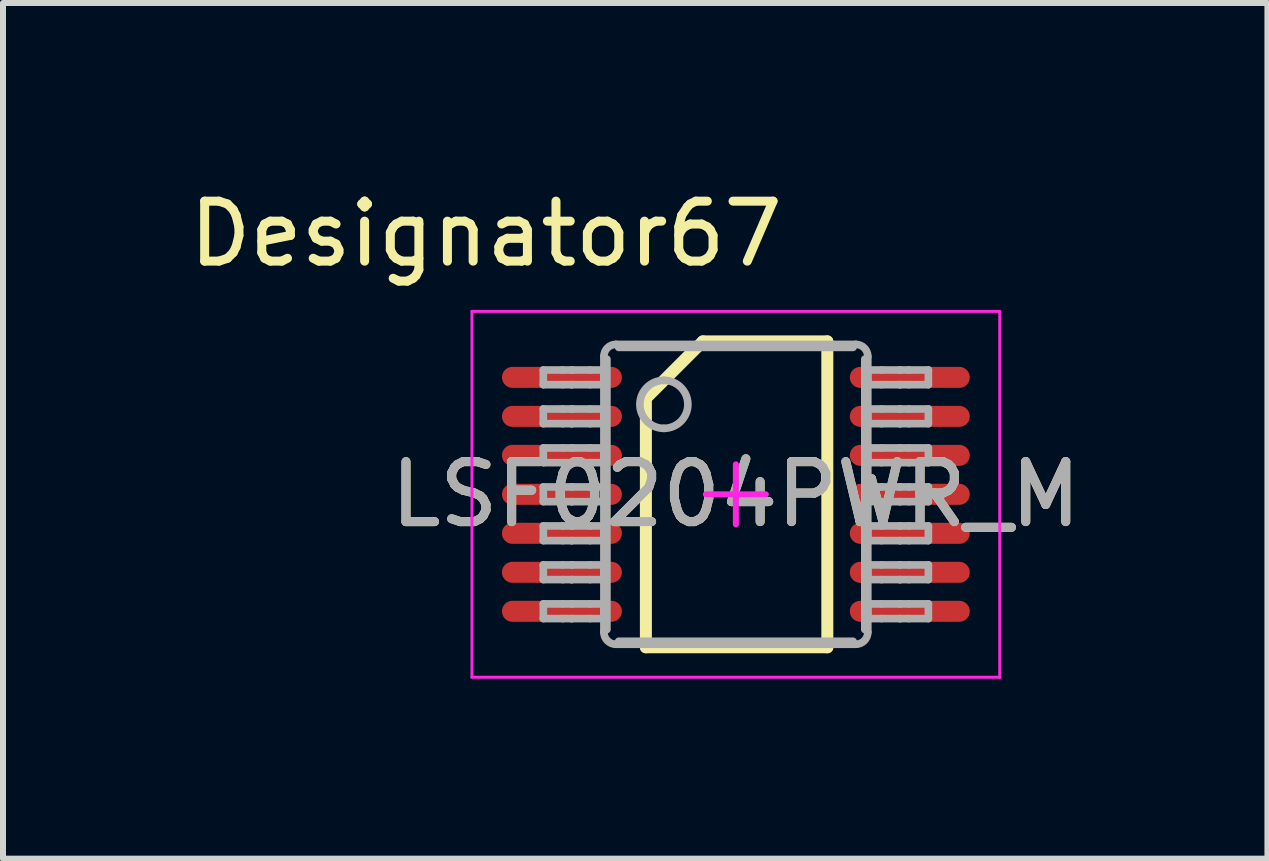
<source format=kicad_pcb>
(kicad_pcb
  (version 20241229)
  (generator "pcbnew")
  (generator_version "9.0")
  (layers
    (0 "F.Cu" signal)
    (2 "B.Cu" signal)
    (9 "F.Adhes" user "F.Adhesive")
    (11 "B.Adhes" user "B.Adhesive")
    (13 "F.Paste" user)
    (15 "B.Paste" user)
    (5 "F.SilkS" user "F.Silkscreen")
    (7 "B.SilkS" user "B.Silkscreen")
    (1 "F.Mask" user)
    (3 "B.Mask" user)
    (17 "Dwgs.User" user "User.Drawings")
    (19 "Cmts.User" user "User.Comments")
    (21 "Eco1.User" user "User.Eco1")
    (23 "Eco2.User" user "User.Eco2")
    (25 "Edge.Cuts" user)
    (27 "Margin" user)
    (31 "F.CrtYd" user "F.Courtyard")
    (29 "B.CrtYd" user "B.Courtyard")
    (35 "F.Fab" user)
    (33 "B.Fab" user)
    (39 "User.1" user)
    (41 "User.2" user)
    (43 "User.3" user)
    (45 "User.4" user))
  (footprint "LSF0204PWR_M"
    (layer "F.Cu")
    (at 9.219 5.192)
    (property "Reference" "LSF0204PWR_M" (at 0 0 0) (unlocked yes) (layer "F.SilkS") (effects (font (size 1 1) (thickness 0.15))))
    (attr smd)
    (fp_line (start -1.5 -1.6) (end -0.55 -2.55) (stroke (width 0.2) (type solid)) (layer "F.SilkS"))
    (fp_line (start -1.5 2.55) (end -1.5 -1.6) (stroke (width 0.2) (type solid)) (layer "F.SilkS"))
    (fp_line (start -1.5 2.55) (end 1.525 2.55) (stroke (width 0.2) (type solid)) (layer "F.SilkS"))
    (fp_line (start -0.55 -2.55) (end 1.525 -2.55) (stroke (width 0.2) (type solid)) (layer "F.SilkS"))
    (fp_line (start 1.525 2.55) (end 1.525 -2.55) (stroke (width 0.2) (type solid)) (layer "F.SilkS"))
    (fp_line (start -4.4 -3.05) (end 4.4 -3.05) (stroke (width 0.05) (type solid)) (layer "F.CrtYd"))
    (fp_line (start -4.4 3.05) (end -4.4 -3.05) (stroke (width 0.05) (type solid)) (layer "F.CrtYd"))
    (fp_line (start -4.4 3.05) (end 4.4 3.05) (stroke (width 0.05) (type solid)) (layer "F.CrtYd"))
    (fp_line (start -0.5 0) (end 0.5 0) (stroke (width 0.1) (type solid)) (layer "F.CrtYd"))
    (fp_line (start 0 0.5) (end 0 -0.5) (stroke (width 0.1) (type solid)) (layer "F.CrtYd"))
    (fp_line (start 4.4 3.05) (end 4.4 -3.05) (stroke (width 0.05) (type solid)) (layer "F.CrtYd"))
    (fp_line (start -3.21 -2.073) (end -2.887 -2.073) (stroke (width 0.127) (type solid)) (layer "F.Fab"))
    (fp_line (start -3.21 -1.828) (end -3.21 -2.073) (stroke (width 0.127) (type solid)) (layer "F.Fab"))
    (fp_line (start -3.21 -1.828) (end -2.887 -1.828) (stroke (width 0.127) (type solid)) (layer "F.Fab"))
    (fp_line (start -3.21 -1.423) (end -2.887 -1.423) (stroke (width 0.127) (type solid)) (layer "F.Fab"))
    (fp_line (start -3.21 -1.178) (end -3.21 -1.423) (stroke (width 0.127) (type solid)) (layer "F.Fab"))
    (fp_line (start -3.21 -1.178) (end -2.887 -1.178) (stroke (width 0.127) (type solid)) (layer "F.Fab"))
    (fp_line (start -3.21 -0.773) (end -2.887 -0.773) (stroke (width 0.127) (type solid)) (layer "F.Fab"))
    (fp_line (start -3.21 -0.528) (end -3.21 -0.773) (stroke (width 0.127) (type solid)) (layer "F.Fab"))
    (fp_line (start -3.21 -0.528) (end -2.887 -0.528) (stroke (width 0.127) (type solid)) (layer "F.Fab"))
    (fp_line (start -3.21 -0.123) (end -2.887 -0.123) (stroke (width 0.127) (type solid)) (layer "F.Fab"))
    (fp_line (start -3.21 0.122) (end -3.21 -0.123) (stroke (width 0.127) (type solid)) (layer "F.Fab"))
    (fp_line (start -3.21 0.122) (end -2.887 0.122) (stroke (width 0.127) (type solid)) (layer "F.Fab"))
    (fp_line (start -3.21 0.527) (end -2.887 0.527) (stroke (width 0.127) (type solid)) (layer "F.Fab"))
    (fp_line (start -3.21 0.772) (end -3.21 0.527) (stroke (width 0.127) (type solid)) (layer "F.Fab"))
    (fp_line (start -3.21 0.772) (end -2.887 0.772) (stroke (width 0.127) (type solid)) (layer "F.Fab"))
    (fp_line (start -3.21 1.177) (end -2.887 1.177) (stroke (width 0.127) (type solid)) (layer "F.Fab"))
    (fp_line (start -3.21 1.422) (end -3.21 1.177) (stroke (width 0.127) (type solid)) (layer "F.Fab"))
    (fp_line (start -3.21 1.422) (end -2.887 1.422) (stroke (width 0.127) (type solid)) (layer "F.Fab"))
    (fp_line (start -3.21 1.827) (end -2.887 1.827) (stroke (width 0.127) (type solid)) (layer "F.Fab"))
    (fp_line (start -3.21 2.072) (end -3.21 1.827) (stroke (width 0.127) (type solid)) (layer "F.Fab"))
    (fp_line (start -3.21 2.072) (end -2.887 2.072) (stroke (width 0.127) (type solid)) (layer "F.Fab"))
    (fp_line (start -2.887 -2.073) (end -2.739 -2.073) (stroke (width 0.127) (type solid)) (layer "F.Fab"))
    (fp_line (start -2.887 -1.828) (end -2.739 -1.828) (stroke (width 0.127) (type solid)) (layer "F.Fab"))
    (fp_line (start -2.887 -1.423) (end -2.739 -1.423) (stroke (width 0.127) (type solid)) (layer "F.Fab"))
    (fp_line (start -2.887 -1.178) (end -2.739 -1.178) (stroke (width 0.127) (type solid)) (layer "F.Fab"))
    (fp_line (start -2.887 -0.773) (end -2.739 -0.773) (stroke (width 0.127) (type solid)) (layer "F.Fab"))
    (fp_line (start -2.887 -0.528) (end -2.739 -0.528) (stroke (width 0.127) (type solid)) (layer "F.Fab"))
    (fp_line (start -2.887 -0.123) (end -2.739 -0.123) (stroke (width 0.127) (type solid)) (layer "F.Fab"))
    (fp_line (start -2.887 0.122) (end -2.739 0.122) (stroke (width 0.127) (type solid)) (layer "F.Fab"))
    (fp_line (start -2.887 0.527) (end -2.739 0.527) (stroke (width 0.127) (type solid)) (layer "F.Fab"))
    (fp_line (start -2.887 0.772) (end -2.739 0.772) (stroke (width 0.127) (type solid)) (layer "F.Fab"))
    (fp_line (start -2.887 1.177) (end -2.739 1.177) (stroke (width 0.127) (type solid)) (layer "F.Fab"))
    (fp_line (start -2.887 1.422) (end -2.739 1.422) (stroke (width 0.127) (type solid)) (layer "F.Fab"))
    (fp_line (start -2.887 1.827) (end -2.739 1.827) (stroke (width 0.127) (type solid)) (layer "F.Fab"))
    (fp_line (start -2.887 2.072) (end -2.739 2.072) (stroke (width 0.127) (type solid)) (layer "F.Fab"))
    (fp_line (start -2.739 -2.073) (end -2.733 -2.073) (stroke (width 0.127) (type solid)) (layer "F.Fab"))
    (fp_line (start -2.739 -1.828) (end -2.733 -1.828) (stroke (width 0.127) (type solid)) (layer "F.Fab"))
    (fp_line (start -2.739 -1.423) (end -2.733 -1.423) (stroke (width 0.127) (type solid)) (layer "F.Fab"))
    (fp_line (start -2.739 -1.178) (end -2.733 -1.178) (stroke (width 0.127) (type solid)) (layer "F.Fab"))
    (fp_line (start -2.739 -0.773) (end -2.733 -0.773) (stroke (width 0.127) (type solid)) (layer "F.Fab"))
    (fp_line (start -2.739 -0.528) (end -2.733 -0.528) (stroke (width 0.127) (type solid)) (layer "F.Fab"))
    (fp_line (start -2.739 -0.123) (end -2.733 -0.123) (stroke (width 0.127) (type solid)) (layer "F.Fab"))
    (fp_line (start -2.739 0.122) (end -2.733 0.122) (stroke (width 0.127) (type solid)) (layer "F.Fab"))
    (fp_line (start -2.739 0.527) (end -2.733 0.527) (stroke (width 0.127) (type solid)) (layer "F.Fab"))
    (fp_line (start -2.739 0.772) (end -2.733 0.772) (stroke (width 0.127) (type solid)) (layer "F.Fab"))
    (fp_line (start -2.739 1.177) (end -2.733 1.177) (stroke (width 0.127) (type solid)) (layer "F.Fab"))
    (fp_line (start -2.739 1.422) (end -2.733 1.422) (stroke (width 0.127) (type solid)) (layer "F.Fab"))
    (fp_line (start -2.739 1.827) (end -2.733 1.827) (stroke (width 0.127) (type solid)) (layer "F.Fab"))
    (fp_line (start -2.739 2.072) (end -2.733 2.072) (stroke (width 0.127) (type solid)) (layer "F.Fab"))
    (fp_line (start -2.733 -2.073) (end -2.431 -2.073) (stroke (width 0.127) (type solid)) (layer "F.Fab"))
    (fp_line (start -2.733 -1.828) (end -2.431 -1.828) (stroke (width 0.127) (type solid)) (layer "F.Fab"))
    (fp_line (start -2.733 -1.423) (end -2.431 -1.423) (stroke (width 0.127) (type solid)) (layer "F.Fab"))
    (fp_line (start -2.733 -1.178) (end -2.431 -1.178) (stroke (width 0.127) (type solid)) (layer "F.Fab"))
    (fp_line (start -2.733 -0.773) (end -2.431 -0.773) (stroke (width 0.127) (type solid)) (layer "F.Fab"))
    (fp_line (start -2.733 -0.528) (end -2.431 -0.528) (stroke (width 0.127) (type solid)) (layer "F.Fab"))
    (fp_line (start -2.733 -0.123) (end -2.431 -0.123) (stroke (width 0.127) (type solid)) (layer "F.Fab"))
    (fp_line (start -2.733 0.122) (end -2.431 0.122) (stroke (width 0.127) (type solid)) (layer "F.Fab"))
    (fp_line (start -2.733 0.527) (end -2.431 0.527) (stroke (width 0.127) (type solid)) (layer "F.Fab"))
    (fp_line (start -2.733 0.772) (end -2.431 0.772) (stroke (width 0.127) (type solid)) (layer "F.Fab"))
    (fp_line (start -2.733 1.177) (end -2.431 1.177) (stroke (width 0.127) (type solid)) (layer "F.Fab"))
    (fp_line (start -2.733 1.422) (end -2.431 1.422) (stroke (width 0.127) (type solid)) (layer "F.Fab"))
    (fp_line (start -2.733 1.827) (end -2.431 1.827) (stroke (width 0.127) (type solid)) (layer "F.Fab"))
    (fp_line (start -2.733 2.072) (end -2.431 2.072) (stroke (width 0.127) (type solid)) (layer "F.Fab"))
    (fp_line (start -2.431 -2.073) (end -2.2 -2.073) (stroke (width 0.127) (type solid)) (layer "F.Fab"))
    (fp_line (start -2.431 -1.828) (end -2.2 -1.828) (stroke (width 0.127) (type solid)) (layer "F.Fab"))
    (fp_line (start -2.431 -1.423) (end -2.2 -1.423) (stroke (width 0.127) (type solid)) (layer "F.Fab"))
    (fp_line (start -2.431 -1.178) (end -2.2 -1.178) (stroke (width 0.127) (type solid)) (layer "F.Fab"))
    (fp_line (start -2.431 -0.773) (end -2.2 -0.773) (stroke (width 0.127) (type solid)) (layer "F.Fab"))
    (fp_line (start -2.431 -0.528) (end -2.2 -0.528) (stroke (width 0.127) (type solid)) (layer "F.Fab"))
    (fp_line (start -2.431 -0.123) (end -2.2 -0.123) (stroke (width 0.127) (type solid)) (layer "F.Fab"))
    (fp_line (start -2.431 0.122) (end -2.2 0.122) (stroke (width 0.127) (type solid)) (layer "F.Fab"))
    (fp_line (start -2.431 0.527) (end -2.2 0.527) (stroke (width 0.127) (type solid)) (layer "F.Fab"))
    (fp_line (start -2.431 0.772) (end -2.2 0.772) (stroke (width 0.127) (type solid)) (layer "F.Fab"))
    (fp_line (start -2.431 1.177) (end -2.2 1.177) (stroke (width 0.127) (type solid)) (layer "F.Fab"))
    (fp_line (start -2.431 1.422) (end -2.2 1.422) (stroke (width 0.127) (type solid)) (layer "F.Fab"))
    (fp_line (start -2.431 1.827) (end -2.2 1.827) (stroke (width 0.127) (type solid)) (layer "F.Fab"))
    (fp_line (start -2.431 2.072) (end -2.2 2.072) (stroke (width 0.127) (type solid)) (layer "F.Fab"))
    (fp_line (start -2.2 -1.828) (end -2.2 -2.073) (stroke (width 0.127) (type solid)) (layer "F.Fab"))
    (fp_line (start -2.2 -1.178) (end -2.2 -1.423) (stroke (width 0.127) (type solid)) (layer "F.Fab"))
    (fp_line (start -2.2 -0.528) (end -2.2 -0.773) (stroke (width 0.127) (type solid)) (layer "F.Fab"))
    (fp_line (start -2.2 0.122) (end -2.2 -0.123) (stroke (width 0.127) (type solid)) (layer "F.Fab"))
    (fp_line (start -2.2 0.772) (end -2.2 0.527) (stroke (width 0.127) (type solid)) (layer "F.Fab"))
    (fp_line (start -2.2 1.422) (end -2.2 1.177) (stroke (width 0.127) (type solid)) (layer "F.Fab"))
    (fp_line (start -2.2 2.072) (end -2.2 1.827) (stroke (width 0.127) (type solid)) (layer "F.Fab"))
    (fp_line (start -2.2 2.3) (end -2.2 -2.3) (stroke (width 0.127) (type solid)) (layer "F.Fab"))
    (fp_line (start -2.15 2.254) (end -2.15 -2.254) (stroke (width 0.127) (type solid)) (layer "F.Fab"))
    (fp_line (start -2 -2.5) (end 2 -2.5) (stroke (width 0.127) (type solid)) (layer "F.Fab"))
    (fp_line (start -2 2.5) (end 2 2.5) (stroke (width 0.127) (type solid)) (layer "F.Fab"))
    (fp_line (start -1.954 -2.45) (end 1.954 -2.45) (stroke (width 0.127) (type solid)) (layer "F.Fab"))
    (fp_line (start -1.954 2.45) (end 1.954 2.45) (stroke (width 0.127) (type solid)) (layer "F.Fab"))
    (fp_line (start 2.15 2.254) (end 2.15 -2.254) (stroke (width 0.127) (type solid)) (layer "F.Fab"))
    (fp_line (start 2.2 -2.073) (end 2.43 -2.073) (stroke (width 0.127) (type solid)) (layer "F.Fab"))
    (fp_line (start 2.2 -1.828) (end 2.2 -2.073) (stroke (width 0.127) (type solid)) (layer "F.Fab"))
    (fp_line (start 2.2 -1.828) (end 2.43 -1.828) (stroke (width 0.127) (type solid)) (layer "F.Fab"))
    (fp_line (start 2.2 -1.423) (end 2.43 -1.423) (stroke (width 0.127) (type solid)) (layer "F.Fab"))
    (fp_line (start 2.2 -1.178) (end 2.2 -1.423) (stroke (width 0.127) (type solid)) (layer "F.Fab"))
    (fp_line (start 2.2 -1.178) (end 2.43 -1.178) (stroke (width 0.127) (type solid)) (layer "F.Fab"))
    (fp_line (start 2.2 -0.773) (end 2.43 -0.773) (stroke (width 0.127) (type solid)) (layer "F.Fab"))
    (fp_line (start 2.2 -0.528) (end 2.2 -0.773) (stroke (width 0.127) (type solid)) (layer "F.Fab"))
    (fp_line (start 2.2 -0.528) (end 2.43 -0.528) (stroke (width 0.127) (type solid)) (layer "F.Fab"))
    (fp_line (start 2.2 -0.123) (end 2.43 -0.123) (stroke (width 0.127) (type solid)) (layer "F.Fab"))
    (fp_line (start 2.2 0.122) (end 2.2 -0.123) (stroke (width 0.127) (type solid)) (layer "F.Fab"))
    (fp_line (start 2.2 0.122) (end 2.43 0.122) (stroke (width 0.127) (type solid)) (layer "F.Fab"))
    (fp_line (start 2.2 0.527) (end 2.43 0.527) (stroke (width 0.127) (type solid)) (layer "F.Fab"))
    (fp_line (start 2.2 0.772) (end 2.2 0.527) (stroke (width 0.127) (type solid)) (layer "F.Fab"))
    (fp_line (start 2.2 0.772) (end 2.43 0.772) (stroke (width 0.127) (type solid)) (layer "F.Fab"))
    (fp_line (start 2.2 1.177) (end 2.43 1.177) (stroke (width 0.127) (type solid)) (layer "F.Fab"))
    (fp_line (start 2.2 1.422) (end 2.2 1.177) (stroke (width 0.127) (type solid)) (layer "F.Fab"))
    (fp_line (start 2.2 1.422) (end 2.43 1.422) (stroke (width 0.127) (type solid)) (layer "F.Fab"))
    (fp_line (start 2.2 1.827) (end 2.43 1.827) (stroke (width 0.127) (type solid)) (layer "F.Fab"))
    (fp_line (start 2.2 2.072) (end 2.2 1.827) (stroke (width 0.127) (type solid)) (layer "F.Fab"))
    (fp_line (start 2.2 2.072) (end 2.43 2.072) (stroke (width 0.127) (type solid)) (layer "F.Fab"))
    (fp_line (start 2.2 2.3) (end 2.2 -2.3) (stroke (width 0.127) (type solid)) (layer "F.Fab"))
    (fp_line (start 2.43 -2.073) (end 2.733 -2.073) (stroke (width 0.127) (type solid)) (layer "F.Fab"))
    (fp_line (start 2.43 -1.828) (end 2.733 -1.828) (stroke (width 0.127) (type solid)) (layer "F.Fab"))
    (fp_line (start 2.43 -1.423) (end 2.733 -1.423) (stroke (width 0.127) (type solid)) (layer "F.Fab"))
    (fp_line (start 2.43 -1.178) (end 2.733 -1.178) (stroke (width 0.127) (type solid)) (layer "F.Fab"))
    (fp_line (start 2.43 -0.773) (end 2.733 -0.773) (stroke (width 0.127) (type solid)) (layer "F.Fab"))
    (fp_line (start 2.43 -0.528) (end 2.733 -0.528) (stroke (width 0.127) (type solid)) (layer "F.Fab"))
    (fp_line (start 2.43 -0.123) (end 2.733 -0.123) (stroke (width 0.127) (type solid)) (layer "F.Fab"))
    (fp_line (start 2.43 0.122) (end 2.733 0.122) (stroke (width 0.127) (type solid)) (layer "F.Fab"))
    (fp_line (start 2.43 0.527) (end 2.733 0.527) (stroke (width 0.127) (type solid)) (layer "F.Fab"))
    (fp_line (start 2.43 0.772) (end 2.733 0.772) (stroke (width 0.127) (type solid)) (layer "F.Fab"))
    (fp_line (start 2.43 1.177) (end 2.733 1.177) (stroke (width 0.127) (type solid)) (layer "F.Fab"))
    (fp_line (start 2.43 1.422) (end 2.733 1.422) (stroke (width 0.127) (type solid)) (layer "F.Fab"))
    (fp_line (start 2.43 1.827) (end 2.733 1.827) (stroke (width 0.127) (type solid)) (layer "F.Fab"))
    (fp_line (start 2.43 2.072) (end 2.733 2.072) (stroke (width 0.127) (type solid)) (layer "F.Fab"))
    (fp_line (start 2.733 -2.073) (end 2.739 -2.073) (stroke (width 0.127) (type solid)) (layer "F.Fab"))
    (fp_line (start 2.733 -1.828) (end 2.739 -1.828) (stroke (width 0.127) (type solid)) (layer "F.Fab"))
    (fp_line (start 2.733 -1.423) (end 2.739 -1.423) (stroke (width 0.127) (type solid)) (layer "F.Fab"))
    (fp_line (start 2.733 -1.178) (end 2.739 -1.178) (stroke (width 0.127) (type solid)) (layer "F.Fab"))
    (fp_line (start 2.733 -0.773) (end 2.739 -0.773) (stroke (width 0.127) (type solid)) (layer "F.Fab"))
    (fp_line (start 2.733 -0.528) (end 2.739 -0.528) (stroke (width 0.127) (type solid)) (layer "F.Fab"))
    (fp_line (start 2.733 -0.123) (end 2.739 -0.123) (stroke (width 0.127) (type solid)) (layer "F.Fab"))
    (fp_line (start 2.733 0.122) (end 2.739 0.122) (stroke (width 0.127) (type solid)) (layer "F.Fab"))
    (fp_line (start 2.733 0.527) (end 2.739 0.527) (stroke (width 0.127) (type solid)) (layer "F.Fab"))
    (fp_line (start 2.733 0.772) (end 2.739 0.772) (stroke (width 0.127) (type solid)) (layer "F.Fab"))
    (fp_line (start 2.733 1.177) (end 2.739 1.177) (stroke (width 0.127) (type solid)) (layer "F.Fab"))
    (fp_line (start 2.733 1.422) (end 2.739 1.422) (stroke (width 0.127) (type solid)) (layer "F.Fab"))
    (fp_line (start 2.733 1.827) (end 2.739 1.827) (stroke (width 0.127) (type solid)) (layer "F.Fab"))
    (fp_line (start 2.733 2.072) (end 2.739 2.072) (stroke (width 0.127) (type solid)) (layer "F.Fab"))
    (fp_line (start 2.739 -2.073) (end 2.887 -2.073) (stroke (width 0.127) (type solid)) (layer "F.Fab"))
    (fp_line (start 2.739 -1.828) (end 2.887 -1.828) (stroke (width 0.127) (type solid)) (layer "F.Fab"))
    (fp_line (start 2.739 -1.423) (end 2.887 -1.423) (stroke (width 0.127) (type solid)) (layer "F.Fab"))
    (fp_line (start 2.739 -1.178) (end 2.887 -1.178) (stroke (width 0.127) (type solid)) (layer "F.Fab"))
    (fp_line (start 2.739 -0.773) (end 2.887 -0.773) (stroke (width 0.127) (type solid)) (layer "F.Fab"))
    (fp_line (start 2.739 -0.528) (end 2.887 -0.528) (stroke (width 0.127) (type solid)) (layer "F.Fab"))
    (fp_line (start 2.739 -0.123) (end 2.887 -0.123) (stroke (width 0.127) (type solid)) (layer "F.Fab"))
    (fp_line (start 2.739 0.122) (end 2.887 0.122) (stroke (width 0.127) (type solid)) (layer "F.Fab"))
    (fp_line (start 2.739 0.527) (end 2.887 0.527) (stroke (width 0.127) (type solid)) (layer "F.Fab"))
    (fp_line (start 2.739 0.772) (end 2.887 0.772) (stroke (width 0.127) (type solid)) (layer "F.Fab"))
    (fp_line (start 2.739 1.177) (end 2.887 1.177) (stroke (width 0.127) (type solid)) (layer "F.Fab"))
    (fp_line (start 2.739 1.422) (end 2.887 1.422) (stroke (width 0.127) (type solid)) (layer "F.Fab"))
    (fp_line (start 2.739 1.827) (end 2.887 1.827) (stroke (width 0.127) (type solid)) (layer "F.Fab"))
    (fp_line (start 2.739 2.072) (end 2.887 2.072) (stroke (width 0.127) (type solid)) (layer "F.Fab"))
    (fp_line (start 2.887 -2.073) (end 3.21 -2.073) (stroke (width 0.127) (type solid)) (layer "F.Fab"))
    (fp_line (start 2.887 -1.828) (end 3.21 -1.828) (stroke (width 0.127) (type solid)) (layer "F.Fab"))
    (fp_line (start 2.887 -1.423) (end 3.21 -1.423) (stroke (width 0.127) (type solid)) (layer "F.Fab"))
    (fp_line (start 2.887 -1.178) (end 3.21 -1.178) (stroke (width 0.127) (type solid)) (layer "F.Fab"))
    (fp_line (start 2.887 -0.773) (end 3.21 -0.773) (stroke (width 0.127) (type solid)) (layer "F.Fab"))
    (fp_line (start 2.887 -0.528) (end 3.21 -0.528) (stroke (width 0.127) (type solid)) (layer "F.Fab"))
    (fp_line (start 2.887 -0.123) (end 3.21 -0.123) (stroke (width 0.127) (type solid)) (layer "F.Fab"))
    (fp_line (start 2.887 0.122) (end 3.21 0.122) (stroke (width 0.127) (type solid)) (layer "F.Fab"))
    (fp_line (start 2.887 0.527) (end 3.21 0.527) (stroke (width 0.127) (type solid)) (layer "F.Fab"))
    (fp_line (start 2.887 0.772) (end 3.21 0.772) (stroke (width 0.127) (type solid)) (layer "F.Fab"))
    (fp_line (start 2.887 1.177) (end 3.21 1.177) (stroke (width 0.127) (type solid)) (layer "F.Fab"))
    (fp_line (start 2.887 1.422) (end 3.21 1.422) (stroke (width 0.127) (type solid)) (layer "F.Fab"))
    (fp_line (start 2.887 1.827) (end 3.21 1.827) (stroke (width 0.127) (type solid)) (layer "F.Fab"))
    (fp_line (start 2.887 2.072) (end 3.21 2.072) (stroke (width 0.127) (type solid)) (layer "F.Fab"))
    (fp_line (start 3.21 -1.828) (end 3.21 -2.073) (stroke (width 0.127) (type solid)) (layer "F.Fab"))
    (fp_line (start 3.21 -1.178) (end 3.21 -1.423) (stroke (width 0.127) (type solid)) (layer "F.Fab"))
    (fp_line (start 3.21 -0.528) (end 3.21 -0.773) (stroke (width 0.127) (type solid)) (layer "F.Fab"))
    (fp_line (start 3.21 0.122) (end 3.21 -0.123) (stroke (width 0.127) (type solid)) (layer "F.Fab"))
    (fp_line (start 3.21 0.772) (end 3.21 0.527) (stroke (width 0.127) (type solid)) (layer "F.Fab"))
    (fp_line (start 3.21 1.422) (end 3.21 1.177) (stroke (width 0.127) (type solid)) (layer "F.Fab"))
    (fp_line (start 3.21 2.072) (end 3.21 1.827) (stroke (width 0.127) (type solid)) (layer "F.Fab"))
    (fp_arc (start -2.200001 -2.3) (mid -2.141422 -2.441421) (end -2.000001 -2.5) (stroke (width 0.127) (type solid)) (layer "F.Fab"))
    (fp_arc (start -2.000001 2.49999) (mid -2.141422 2.441412) (end -2.200001 2.29999) (stroke (width 0.127) (type solid)) (layer "F.Fab"))
    (fp_arc (start -1.200003 -1.900001) (mid -0.800003 -1.500002) (end -1.200003 -1.100003) (stroke (width 0.127) (type solid)) (layer "F.Fab"))
    (fp_arc (start -1.200003 -1.100003) (mid -1.600002 -1.500002) (end -1.200003 -1.900001) (stroke (width 0.127) (type solid)) (layer "F.Fab"))
    (fp_arc (start 1.999991 -2.5) (mid 2.141412 -2.441422) (end 2.199991 -2.3) (stroke (width 0.127) (type solid)) (layer "F.Fab"))
    (fp_arc (start 2.199991 2.29999) (mid 2.141412 2.441411) (end 1.999991 2.49999) (stroke (width 0.127) (type solid)) (layer "F.Fab"))
    (fp_text user "Designator67" (at -4.166 -4.343 0) (unlocked yes) (layer "F.SilkS") (effects (font (size 1 1) (thickness 0.15))))
    (fp_text user "${REFERENCE}" (at 0 0 0) (unlocked yes) (layer "F.Fab") (effects (font (size 1 1) (thickness 0.15))))
    (pad "1" smd oval (at -2.9 -1.95 90) (size 0.35 2) (layers "F.Cu" "F.Mask" "F.Paste"))
    (pad "2" smd oval (at -2.9 -1.3 90) (size 0.35 2) (layers "F.Cu" "F.Mask" "F.Paste"))
    (pad "3" smd oval (at -2.9 -0.65 90) (size 0.35 2) (layers "F.Cu" "F.Mask" "F.Paste"))
    (pad "4" smd oval (at -2.9 0 90) (size 0.35 2) (layers "F.Cu" "F.Mask" "F.Paste"))
    (pad "5" smd oval (at -2.9 0.65 90) (size 0.35 2) (layers "F.Cu" "F.Mask" "F.Paste"))
    (pad "6" smd oval (at -2.9 1.3 90) (size 0.35 2) (layers "F.Cu" "F.Mask" "F.Paste"))
    (pad "7" smd oval (at -2.9 1.95 90) (size 0.35 2) (layers "F.Cu" "F.Mask" "F.Paste"))
    (pad "8" smd oval (at 2.9 1.95 90) (size 0.35 2) (layers "F.Cu" "F.Mask" "F.Paste"))
    (pad "9" smd oval (at 2.9 1.3 90) (size 0.35 2) (layers "F.Cu" "F.Mask" "F.Paste"))
    (pad "10" smd oval (at 2.9 0.65 90) (size 0.35 2) (layers "F.Cu" "F.Mask" "F.Paste"))
    (pad "11" smd oval (at 2.9 0 90) (size 0.35 2) (layers "F.Cu" "F.Mask" "F.Paste"))
    (pad "12" smd oval (at 2.9 -0.65 90) (size 0.35 2) (layers "F.Cu" "F.Mask" "F.Paste"))
    (pad "13" smd oval (at 2.9 -1.3 90) (size 0.35 2) (layers "F.Cu" "F.Mask" "F.Paste"))
    (pad "14" smd oval (at 2.9 -1.95 90) (size 0.35 2) (layers "F.Cu" "F.Mask" "F.Paste")))
  (gr_rect
    (start -3 -3)
    (end 18.082 11.267)
    (stroke (width 0.1) (type default))
    (fill no)
    (layer "Edge.Cuts")))
</source>
